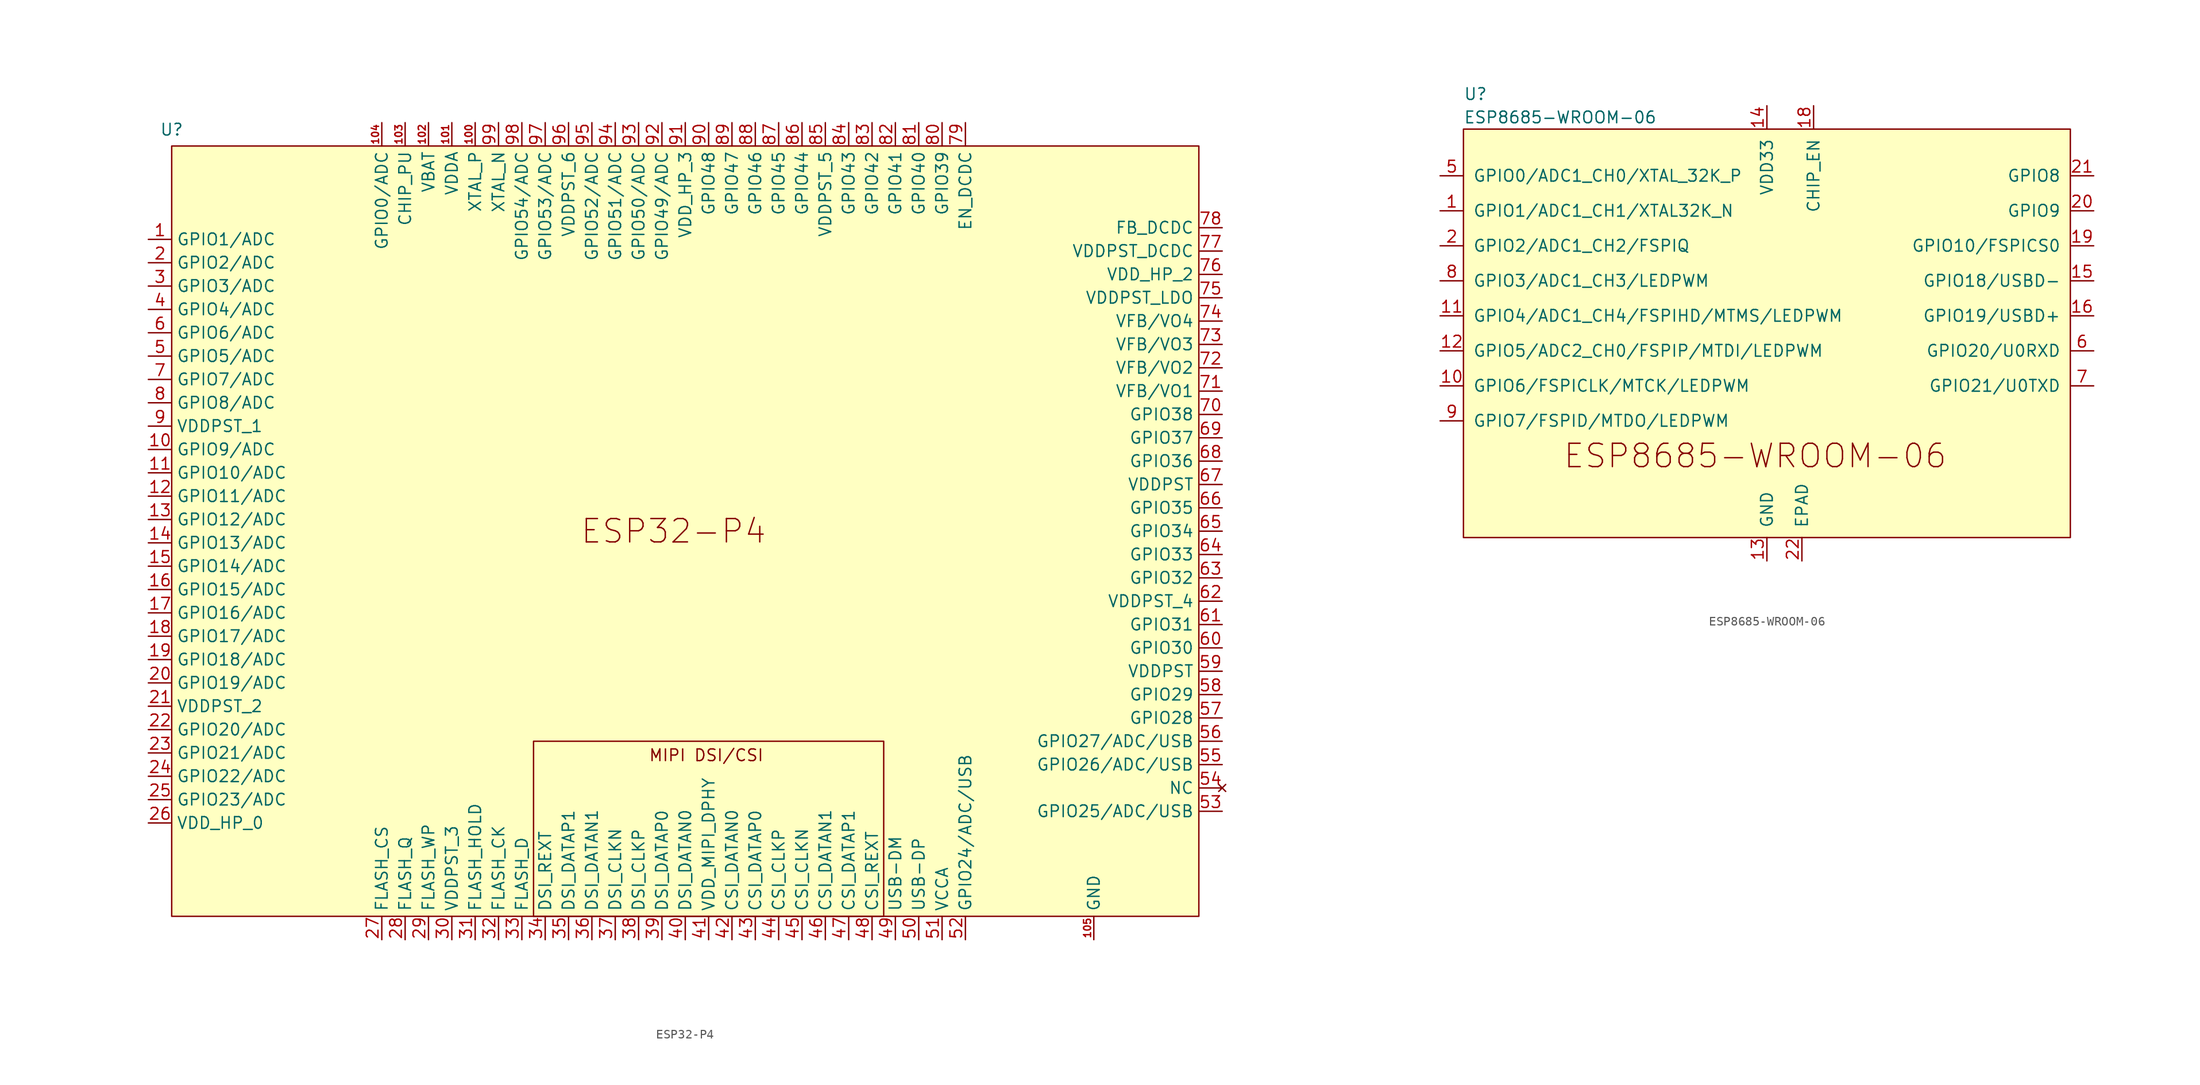
<source format=kicad_sym>
(kicad_symbol_lib
  (version 20231120)
  (generator "kicad_symbol_editor")
  (generator_version "8.0")
  (symbol "ESP32-P4"
    (property "Reference" "U"
      (at -54.61 43.688 0)
      (effects (font (size 1.27 1.27))))
    (property "Value" ""
      (at -54.61 -41.91 0)
      (effects (font (size 1.27 1.27))))
    (symbol "ESP32-P4_1_0"
      (pin bidirectional line (at -57.15 8.89 0) (length 2.54) (name "GPIO9/ADC" (effects (font (size 1.27 1.27)))) (number "10" (effects (font (size 1.27 1.27)))))
      (pin bidirectional line (at -21.59 44.45 270) (length 2.54) (name "XTAL_P" (effects (font (size 1.27 1.27)))) (number "100" (effects (font (size 0.762 0.762)))))
      (pin bidirectional line (at -24.13 44.45 270) (length 2.54) (name "VDDA" (effects (font (size 1.27 1.27)))) (number "101" (effects (font (size 0.762 0.762)))))
      (pin bidirectional line (at -26.67 44.45 270) (length 2.54) (name "VBAT" (effects (font (size 1.27 1.27)))) (number "102" (effects (font (size 0.762 0.762)))))
      (pin input line (at -29.21 44.45 270) (length 2.54) (name "CHIP_PU" (effects (font (size 1.27 1.27)))) (number "103" (effects (font (size 0.762 0.762)))))
      (pin bidirectional line (at -31.75 44.45 270) (length 2.54) (name "GPIO0/ADC" (effects (font (size 1.27 1.27)))) (number "104" (effects (font (size 0.762 0.762)))))
      (pin power_in line (at 45.72 -44.45 90) (length 2.54) (name "GND" (effects (font (size 1.27 1.27)))) (number "105" (effects (font (size 0.762 0.762)))))
      (pin bidirectional line (at -57.15 6.35 0) (length 2.54) (name "GPIO10/ADC" (effects (font (size 1.27 1.27)))) (number "11" (effects (font (size 1.27 1.27)))))
      (pin bidirectional line (at -57.15 3.81 0) (length 2.54) (name "GPIO11/ADC" (effects (font (size 1.27 1.27)))) (number "12" (effects (font (size 1.27 1.27)))))
      (pin bidirectional line (at -57.15 1.27 0) (length 2.54) (name "GPIO12/ADC" (effects (font (size 1.27 1.27)))) (number "13" (effects (font (size 1.27 1.27)))))
      (pin bidirectional line (at -57.15 -1.27 0) (length 2.54) (name "GPIO13/ADC" (effects (font (size 1.27 1.27)))) (number "14" (effects (font (size 1.27 1.27)))))
      (pin bidirectional line (at -57.15 -3.81 0) (length 2.54) (name "GPIO14/ADC" (effects (font (size 1.27 1.27)))) (number "15" (effects (font (size 1.27 1.27)))))
      (pin bidirectional line (at -57.15 -6.35 0) (length 2.54) (name "GPIO15/ADC" (effects (font (size 1.27 1.27)))) (number "16" (effects (font (size 1.27 1.27)))))
      (pin bidirectional line (at -57.15 -8.89 0) (length 2.54) (name "GPIO16/ADC" (effects (font (size 1.27 1.27)))) (number "17" (effects (font (size 1.27 1.27)))))
      (pin bidirectional line (at -57.15 -11.43 0) (length 2.54) (name "GPIO17/ADC" (effects (font (size 1.27 1.27)))) (number "18" (effects (font (size 1.27 1.27)))))
      (pin bidirectional line (at -57.15 -13.97 0) (length 2.54) (name "GPIO18/ADC" (effects (font (size 1.27 1.27)))) (number "19" (effects (font (size 1.27 1.27)))))
      (pin bidirectional line (at -57.15 -16.51 0) (length 2.54) (name "GPIO19/ADC" (effects (font (size 1.27 1.27)))) (number "20" (effects (font (size 1.27 1.27)))))
      (pin power_in line (at -57.15 -19.05 0) (length 2.54) (name "VDDPST_2" (effects (font (size 1.27 1.27)))) (number "21" (effects (font (size 1.27 1.27)))))
      (pin bidirectional line (at -57.15 -21.59 0) (length 2.54) (name "GPIO20/ADC" (effects (font (size 1.27 1.27)))) (number "22" (effects (font (size 1.27 1.27)))))
      (pin bidirectional line (at -57.15 -24.13 0) (length 2.54) (name "GPIO21/ADC" (effects (font (size 1.27 1.27)))) (number "23" (effects (font (size 1.27 1.27)))))
      (pin bidirectional line (at -57.15 -26.67 0) (length 2.54) (name "GPIO22/ADC" (effects (font (size 1.27 1.27)))) (number "24" (effects (font (size 1.27 1.27)))))
      (pin bidirectional line (at -57.15 -29.21 0) (length 2.54) (name "GPIO23/ADC" (effects (font (size 1.27 1.27)))) (number "25" (effects (font (size 1.27 1.27)))))
      (pin power_in line (at -57.15 -31.75 0) (length 2.54) (name "VDD_HP_0" (effects (font (size 1.27 1.27)))) (number "26" (effects (font (size 1.27 1.27)))))
      (pin bidirectional line (at -31.75 -44.45 90) (length 2.54) (name "FLASH_CS" (effects (font (size 1.27 1.27)))) (number "27" (effects (font (size 1.27 1.27)))))
      (pin bidirectional line (at -29.21 -44.45 90) (length 2.54) (name "FLASH_Q" (effects (font (size 1.27 1.27)))) (number "28" (effects (font (size 1.27 1.27)))))
      (pin bidirectional line (at -26.67 -44.45 90) (length 2.54) (name "FLASH_WP" (effects (font (size 1.27 1.27)))) (number "29" (effects (font (size 1.27 1.27)))))
      (pin power_in line (at -24.13 -44.45 90) (length 2.54) (name "VDDPST_3" (effects (font (size 1.27 1.27)))) (number "30" (effects (font (size 1.27 1.27)))))
      (pin bidirectional line (at -21.59 -44.45 90) (length 2.54) (name "FLASH_HOLD" (effects (font (size 1.27 1.27)))) (number "31" (effects (font (size 1.27 1.27)))))
      (pin bidirectional line (at -19.05 -44.45 90) (length 2.54) (name "FLASH_CK" (effects (font (size 1.27 1.27)))) (number "32" (effects (font (size 1.27 1.27)))))
      (pin bidirectional line (at -16.51 -44.45 90) (length 2.54) (name "FLASH_D" (effects (font (size 1.27 1.27)))) (number "33" (effects (font (size 1.27 1.27)))))
      (pin bidirectional line (at -13.97 -44.45 90) (length 2.54) (name "DSI_REXT" (effects (font (size 1.27 1.27)))) (number "34" (effects (font (size 1.27 1.27)))))
      (pin bidirectional line (at -11.43 -44.45 90) (length 2.54) (name "DSI_DATAP1" (effects (font (size 1.27 1.27)))) (number "35" (effects (font (size 1.27 1.27)))))
      (pin bidirectional line (at -8.89 -44.45 90) (length 2.54) (name "DSI_DATAN1" (effects (font (size 1.27 1.27)))) (number "36" (effects (font (size 1.27 1.27)))))
      (pin bidirectional line (at -6.35 -44.45 90) (length 2.54) (name "DSI_CLKN" (effects (font (size 1.27 1.27)))) (number "37" (effects (font (size 1.27 1.27)))))
      (pin bidirectional line (at -3.81 -44.45 90) (length 2.54) (name "DSI_CLKP" (effects (font (size 1.27 1.27)))) (number "38" (effects (font (size 1.27 1.27)))))
      (pin bidirectional line (at -1.27 -44.45 90) (length 2.54) (name "DSI_DATAP0" (effects (font (size 1.27 1.27)))) (number "39" (effects (font (size 1.27 1.27)))))
      (pin bidirectional line (at 1.27 -44.45 90) (length 2.54) (name "DSI_DATAN0" (effects (font (size 1.27 1.27)))) (number "40" (effects (font (size 1.27 1.27)))))
      (pin power_in line (at 3.81 -44.45 90) (length 2.54) (name "VDD_MIPI_DPHY" (effects (font (size 1.27 1.27)))) (number "41" (effects (font (size 1.27 1.27)))))
      (pin bidirectional line (at 6.35 -44.45 90) (length 2.54) (name "CSI_DATAN0" (effects (font (size 1.27 1.27)))) (number "42" (effects (font (size 1.27 1.27)))))
      (pin bidirectional line (at 8.89 -44.45 90) (length 2.54) (name "CSI_DATAP0" (effects (font (size 1.27 1.27)))) (number "43" (effects (font (size 1.27 1.27)))))
      (pin bidirectional line (at 11.43 -44.45 90) (length 2.54) (name "CSI_CLKP" (effects (font (size 1.27 1.27)))) (number "44" (effects (font (size 1.27 1.27)))))
      (pin bidirectional line (at 13.97 -44.45 90) (length 2.54) (name "CSI_CLKN" (effects (font (size 1.27 1.27)))) (number "45" (effects (font (size 1.27 1.27)))))
      (pin bidirectional line (at 16.51 -44.45 90) (length 2.54) (name "CSI_DATAN1" (effects (font (size 1.27 1.27)))) (number "46" (effects (font (size 1.27 1.27)))))
      (pin bidirectional line (at 19.05 -44.45 90) (length 2.54) (name "CSI_DATAP1" (effects (font (size 1.27 1.27)))) (number "47" (effects (font (size 1.27 1.27)))))
      (pin bidirectional line (at 21.59 -44.45 90) (length 2.54) (name "CSI_REXT" (effects (font (size 1.27 1.27)))) (number "48" (effects (font (size 1.27 1.27)))))
      (pin bidirectional line (at 24.13 -44.45 90) (length 2.54) (name "USB-DM" (effects (font (size 1.27 1.27)))) (number "49" (effects (font (size 1.27 1.27)))))
      (pin bidirectional line (at 26.67 -44.45 90) (length 2.54) (name "USB-DP" (effects (font (size 1.27 1.27)))) (number "50" (effects (font (size 1.27 1.27)))))
      (pin power_in line (at 29.21 -44.45 90) (length 2.54) (name "VCCA" (effects (font (size 1.27 1.27)))) (number "51" (effects (font (size 1.27 1.27)))))
      (pin bidirectional line (at 31.75 -44.45 90) (length 2.54) (name "GPIO24/ADC/USB" (effects (font (size 1.27 1.27)))) (number "52" (effects (font (size 1.27 1.27)))))
      (pin bidirectional line (at 59.69 -30.48 180) (length 2.54) (name "GPIO25/ADC/USB" (effects (font (size 1.27 1.27)))) (number "53" (effects (font (size 1.27 1.27)))))
      (pin no_connect line (at 59.69 -27.94 180) (length 2.54) (name "NC" (effects (font (size 1.27 1.27)))) (number "54" (effects (font (size 1.27 1.27)))))
      (pin bidirectional line (at 59.69 -25.4 180) (length 2.54) (name "GPIO26/ADC/USB" (effects (font (size 1.27 1.27)))) (number "55" (effects (font (size 1.27 1.27)))))
      (pin bidirectional line (at 59.69 -22.86 180) (length 2.54) (name "GPIO27/ADC/USB" (effects (font (size 1.27 1.27)))) (number "56" (effects (font (size 1.27 1.27)))))
      (pin bidirectional line (at 59.69 -20.32 180) (length 2.54) (name "GPIO28" (effects (font (size 1.27 1.27)))) (number "57" (effects (font (size 1.27 1.27)))))
      (pin bidirectional line (at 59.69 -17.78 180) (length 2.54) (name "GPIO29" (effects (font (size 1.27 1.27)))) (number "58" (effects (font (size 1.27 1.27)))))
      (pin power_in line (at 59.69 -15.24 180) (length 2.54) (name "VDDPST" (effects (font (size 1.27 1.27)))) (number "59" (effects (font (size 1.27 1.27)))))
      (pin bidirectional line (at 59.69 -12.7 180) (length 2.54) (name "GPIO30" (effects (font (size 1.27 1.27)))) (number "60" (effects (font (size 1.27 1.27)))))
      (pin bidirectional line (at 59.69 -10.16 180) (length 2.54) (name "GPIO31" (effects (font (size 1.27 1.27)))) (number "61" (effects (font (size 1.27 1.27)))))
      (pin power_in line (at 59.69 -7.62 180) (length 2.54) (name "VDDPST_4" (effects (font (size 1.27 1.27)))) (number "62" (effects (font (size 1.27 1.27)))))
      (pin bidirectional line (at 59.69 -5.08 180) (length 2.54) (name "GPIO32" (effects (font (size 1.27 1.27)))) (number "63" (effects (font (size 1.27 1.27)))))
      (pin bidirectional line (at 59.69 -2.54 180) (length 2.54) (name "GPIO33" (effects (font (size 1.27 1.27)))) (number "64" (effects (font (size 1.27 1.27)))))
      (pin bidirectional line (at 59.69 0 180) (length 2.54) (name "GPIO34" (effects (font (size 1.27 1.27)))) (number "65" (effects (font (size 1.27 1.27)))))
      (pin bidirectional line (at 59.69 2.54 180) (length 2.54) (name "GPIO35" (effects (font (size 1.27 1.27)))) (number "66" (effects (font (size 1.27 1.27)))))
      (pin power_in line (at 59.69 5.08 180) (length 2.54) (name "VDDPST" (effects (font (size 1.27 1.27)))) (number "67" (effects (font (size 1.27 1.27)))))
      (pin bidirectional line (at 59.69 7.62 180) (length 2.54) (name "GPIO36" (effects (font (size 1.27 1.27)))) (number "68" (effects (font (size 1.27 1.27)))))
      (pin bidirectional line (at 59.69 10.16 180) (length 2.54) (name "GPIO37" (effects (font (size 1.27 1.27)))) (number "69" (effects (font (size 1.27 1.27)))))
      (pin bidirectional line (at 59.69 12.7 180) (length 2.54) (name "GPIO38" (effects (font (size 1.27 1.27)))) (number "70" (effects (font (size 1.27 1.27)))))
      (pin power_in line (at 59.69 15.24 180) (length 2.54) (name "VFB/VO1" (effects (font (size 1.27 1.27)))) (number "71" (effects (font (size 1.27 1.27)))))
      (pin power_in line (at 59.69 17.78 180) (length 2.54) (name "VFB/VO2" (effects (font (size 1.27 1.27)))) (number "72" (effects (font (size 1.27 1.27)))))
      (pin power_in line (at 59.69 20.32 180) (length 2.54) (name "VFB/VO3" (effects (font (size 1.27 1.27)))) (number "73" (effects (font (size 1.27 1.27)))))
      (pin power_in line (at 59.69 22.86 180) (length 2.54) (name "VFB/VO4" (effects (font (size 1.27 1.27)))) (number "74" (effects (font (size 1.27 1.27)))))
      (pin power_in line (at 59.69 25.4 180) (length 2.54) (name "VDDPST_LDO" (effects (font (size 1.27 1.27)))) (number "75" (effects (font (size 1.27 1.27)))))
      (pin power_in line (at 59.69 27.94 180) (length 2.54) (name "VDD_HP_2" (effects (font (size 1.27 1.27)))) (number "76" (effects (font (size 1.27 1.27)))))
      (pin power_in line (at 59.69 30.48 180) (length 2.54) (name "VDDPST_DCDC" (effects (font (size 1.27 1.27)))) (number "77" (effects (font (size 1.27 1.27)))))
      (pin bidirectional line (at 59.69 33.02 180) (length 2.54) (name "FB_DCDC" (effects (font (size 1.27 1.27)))) (number "78" (effects (font (size 1.27 1.27)))))
      (pin output line (at 31.75 44.45 270) (length 2.54) (name "EN_DCDC" (effects (font (size 1.27 1.27)))) (number "79" (effects (font (size 1.27 1.27)))))
      (pin bidirectional line (at 29.21 44.45 270) (length 2.54) (name "GPIO39" (effects (font (size 1.27 1.27)))) (number "80" (effects (font (size 1.27 1.27)))))
      (pin bidirectional line (at 26.67 44.45 270) (length 2.54) (name "GPIO40" (effects (font (size 1.27 1.27)))) (number "81" (effects (font (size 1.27 1.27)))))
      (pin bidirectional line (at 24.13 44.45 270) (length 2.54) (name "GPIO41" (effects (font (size 1.27 1.27)))) (number "82" (effects (font (size 1.27 1.27)))))
      (pin bidirectional line (at 21.59 44.45 270) (length 2.54) (name "GPIO42" (effects (font (size 1.27 1.27)))) (number "83" (effects (font (size 1.27 1.27)))))
      (pin bidirectional line (at 19.05 44.45 270) (length 2.54) (name "GPIO43" (effects (font (size 1.27 1.27)))) (number "84" (effects (font (size 1.27 1.27)))))
      (pin power_in line (at 16.51 44.45 270) (length 2.54) (name "VDDPST_5" (effects (font (size 1.27 1.27)))) (number "85" (effects (font (size 1.27 1.27)))))
      (pin bidirectional line (at 13.97 44.45 270) (length 2.54) (name "GPIO44" (effects (font (size 1.27 1.27)))) (number "86" (effects (font (size 1.27 1.27)))))
      (pin bidirectional line (at 11.43 44.45 270) (length 2.54) (name "GPIO45" (effects (font (size 1.27 1.27)))) (number "87" (effects (font (size 1.27 1.27)))))
      (pin bidirectional line (at 8.89 44.45 270) (length 2.54) (name "GPIO46" (effects (font (size 1.27 1.27)))) (number "88" (effects (font (size 1.27 1.27)))))
      (pin bidirectional line (at 6.35 44.45 270) (length 2.54) (name "GPIO47" (effects (font (size 1.27 1.27)))) (number "89" (effects (font (size 1.27 1.27)))))
      (pin bidirectional line (at 3.81 44.45 270) (length 2.54) (name "GPIO48" (effects (font (size 1.27 1.27)))) (number "90" (effects (font (size 1.27 1.27)))))
      (pin power_in line (at 1.27 44.45 270) (length 2.54) (name "VDD_HP_3" (effects (font (size 1.27 1.27)))) (number "91" (effects (font (size 1.27 1.27)))))
      (pin bidirectional line (at -1.27 44.45 270) (length 2.54) (name "GPIO49/ADC" (effects (font (size 1.27 1.27)))) (number "92" (effects (font (size 1.27 1.27)))))
      (pin bidirectional line (at -3.81 44.45 270) (length 2.54) (name "GPIO50/ADC" (effects (font (size 1.27 1.27)))) (number "93" (effects (font (size 1.27 1.27)))))
      (pin bidirectional line (at -6.35 44.45 270) (length 2.54) (name "GPIO51/ADC" (effects (font (size 1.27 1.27)))) (number "94" (effects (font (size 1.27 1.27)))))
      (pin bidirectional line (at -8.89 44.45 270) (length 2.54) (name "GPIO52/ADC" (effects (font (size 1.27 1.27)))) (number "95" (effects (font (size 1.27 1.27)))))
      (pin power_in line (at -11.43 44.45 270) (length 2.54) (name "VDDPST_6" (effects (font (size 1.27 1.27)))) (number "96" (effects (font (size 1.27 1.27)))))
      (pin bidirectional line (at -13.97 44.45 270) (length 2.54) (name "GPIO53/ADC" (effects (font (size 1.27 1.27)))) (number "97" (effects (font (size 1.27 1.27)))))
      (pin bidirectional line (at -16.51 44.45 270) (length 2.54) (name "GPIO54/ADC" (effects (font (size 1.27 1.27)))) (number "98" (effects (font (size 1.27 1.27)))))
      (pin bidirectional line (at -19.05 44.45 270) (length 2.54) (name "XTAL_N" (effects (font (size 1.27 1.27)))) (number "99" (effects (font (size 1.27 1.27))))))
    (symbol "ESP32-P4_1_1"
      (rectangle (start -54.61 41.91) (end 57.15 -41.91) (stroke (width 0) (type default)) (fill (type background)))
      (rectangle (start -15.24 -22.86) (end 22.86 -41.91) (stroke (width 0) (type default)) (fill (type none)))
      (text "ESP32-P4" (at 0 0 0) (effects (font (size 2.54 2.54))))
      (text "MIPI DSI/CSI" (at 3.556 -24.384 0) (effects (font (size 1.27 1.27))))
      (pin bidirectional line (at -57.15 31.75 0) (length 2.54) (name "GPIO1/ADC" (effects (font (size 1.27 1.27)))) (number "1" (effects (font (size 1.27 1.27)))))
      (pin bidirectional line (at -57.15 29.21 0) (length 2.54) (name "GPIO2/ADC" (effects (font (size 1.27 1.27)))) (number "2" (effects (font (size 1.27 1.27)))))
      (pin bidirectional line (at -57.15 26.67 0) (length 2.54) (name "GPIO3/ADC" (effects (font (size 1.27 1.27)))) (number "3" (effects (font (size 1.27 1.27)))))
      (pin bidirectional line (at -57.15 24.13 0) (length 2.54) (name "GPIO4/ADC" (effects (font (size 1.27 1.27)))) (number "4" (effects (font (size 1.27 1.27)))))
      (pin bidirectional line (at -57.15 19.05 0) (length 2.54) (name "GPIO5/ADC" (effects (font (size 1.27 1.27)))) (number "5" (effects (font (size 1.27 1.27)))))
      (pin bidirectional line (at -57.15 21.59 0) (length 2.54) (name "GPIO6/ADC" (effects (font (size 1.27 1.27)))) (number "6" (effects (font (size 1.27 1.27)))))
      (pin bidirectional line (at -57.15 16.51 0) (length 2.54) (name "GPIO7/ADC" (effects (font (size 1.27 1.27)))) (number "7" (effects (font (size 1.27 1.27)))))
      (pin bidirectional line (at -57.15 13.97 0) (length 2.54) (name "GPIO8/ADC" (effects (font (size 1.27 1.27)))) (number "8" (effects (font (size 1.27 1.27)))))
      (pin power_in line (at -57.15 11.43 0) (length 2.54) (name "VDDPST_1" (effects (font (size 1.27 1.27)))) (number "9" (effects (font (size 1.27 1.27)))))))
  (symbol "ESP8685-WROOM-06"
    (pin_names
      (offset 1.016))
    (property "Reference" "U"
      (at -33.02 24.13 0)
      (effects (font (size 1.27 1.27)) (justify left)))
    (property "Value" "ESP8685-WROOM-06"
      (at -33.02 21.59 0)
      (effects (font (size 1.27 1.27)) (justify left)))
    (symbol "ESP8685-WROOM-06_0_1"
      (rectangle (start -33.02 20.32) (end 33.02 -24.13) (stroke (width 0) (type default)) (fill (type background))))
    (symbol "ESP8685-WROOM-06_1_0"
      (pin bidirectional line (at 35.56 15.24 180) (length 2.54) (name "GPIO8" (effects (font (size 1.27 1.27)))) (number "21" (effects (font (size 1.27 1.27))))))
    (symbol "ESP8685-WROOM-06_1_1"
      (text "ESP8685-WROOM-06" (at -1.27 -15.24 0) (effects (font (size 2.54 2.54))))
      (pin bidirectional line (at -35.56 11.43 0) (length 2.54) (name "GPIO1/ADC1_CH1/XTAL32K_N" (effects (font (size 1.27 1.27)))) (number "1" (effects (font (size 1.27 1.27)))))
      (pin bidirectional line (at -35.56 -7.62 0) (length 2.54) (name "GPIO6/FSPICLK/MTCK/LEDPWM" (effects (font (size 1.27 1.27)))) (number "10" (effects (font (size 1.27 1.27)))))
      (pin bidirectional line (at -35.56 0 0) (length 2.54) (name "GPIO4/ADC1_CH4/FSPIHD/MTMS/LEDPWM" (effects (font (size 1.27 1.27)))) (number "11" (effects (font (size 1.27 1.27)))))
      (pin bidirectional line (at -35.56 -3.81 0) (length 2.54) (name "GPIO5/ADC2_CH0/FSPIP/MTDI/LEDPWM" (effects (font (size 1.27 1.27)))) (number "12" (effects (font (size 1.27 1.27)))))
      (pin power_in line (at 0 -26.67 90) (length 2.54) (name "GND" (effects (font (size 1.27 1.27)))) (number "13" (effects (font (size 1.27 1.27)))))
      (pin power_in line (at 0 22.86 270) (length 2.54) (name "VDD33" (effects (font (size 1.27 1.27)))) (number "14" (effects (font (size 1.27 1.27)))))
      (pin bidirectional line (at 35.56 3.81 180) (length 2.54) (name "GPIO18/USBD-" (effects (font (size 1.27 1.27)))) (number "15" (effects (font (size 1.27 1.27)))))
      (pin bidirectional line (at 35.56 0 180) (length 2.54) (name "GPIO19/USBD+" (effects (font (size 1.27 1.27)))) (number "16" (effects (font (size 1.27 1.27)))))
      (pin no_connect non_logic (at 19.05 22.86 270) (length 2.54) hide (name "NC" (effects (font (size 1.27 1.27)))) (number "17" (effects (font (size 1.27 1.27)))))
      (pin input line (at 5.08 22.86 270) (length 2.54) (name "CHIP_EN" (effects (font (size 1.27 1.27)))) (number "18" (effects (font (size 1.27 1.27)))))
      (pin bidirectional line (at 35.56 7.62 180) (length 2.54) (name "GPIO10/FSPICS0" (effects (font (size 1.27 1.27)))) (number "19" (effects (font (size 1.27 1.27)))))
      (pin bidirectional line (at -35.56 7.62 0) (length 2.54) (name "GPIO2/ADC1_CH2/FSPIQ" (effects (font (size 1.27 1.27)))) (number "2" (effects (font (size 1.27 1.27)))))
      (pin bidirectional line (at 35.56 11.43 180) (length 2.54) (name "GPIO9" (effects (font (size 1.27 1.27)))) (number "20" (effects (font (size 1.27 1.27)))))
      (pin power_in line (at 3.81 -26.67 90) (length 2.54) (name "EPAD" (effects (font (size 1.27 1.27)))) (number "22" (effects (font (size 1.27 1.27)))))
      (pin no_connect non_logic (at 11.43 22.86 270) (length 2.54) hide (name "NC" (effects (font (size 1.27 1.27)))) (number "3" (effects (font (size 1.27 1.27)))))
      (pin no_connect non_logic (at 15.24 22.86 270) (length 2.54) hide (name "NC" (effects (font (size 1.27 1.27)))) (number "4" (effects (font (size 1.27 1.27)))))
      (pin bidirectional line (at -35.56 15.24 0) (length 2.54) (name "GPIO0/ADC1_CH0/XTAL_32K_P" (effects (font (size 1.27 1.27)))) (number "5" (effects (font (size 1.27 1.27)))))
      (pin bidirectional line (at 35.56 -3.81 180) (length 2.54) (name "GPIO20/U0RXD" (effects (font (size 1.27 1.27)))) (number "6" (effects (font (size 1.27 1.27)))))
      (pin bidirectional line (at 35.56 -7.62 180) (length 2.54) (name "GPIO21/U0TXD" (effects (font (size 1.27 1.27)))) (number "7" (effects (font (size 1.27 1.27)))))
      (pin bidirectional line (at -35.56 3.81 0) (length 2.54) (name "GPIO3/ADC1_CH3/LEDPWM" (effects (font (size 1.27 1.27)))) (number "8" (effects (font (size 1.27 1.27)))))
      (pin bidirectional line (at -35.56 -11.43 0) (length 2.54) (name "GPIO7/FSPID/MTDO/LEDPWM" (effects (font (size 1.27 1.27)))) (number "9" (effects (font (size 1.27 1.27))))))))
</source>
